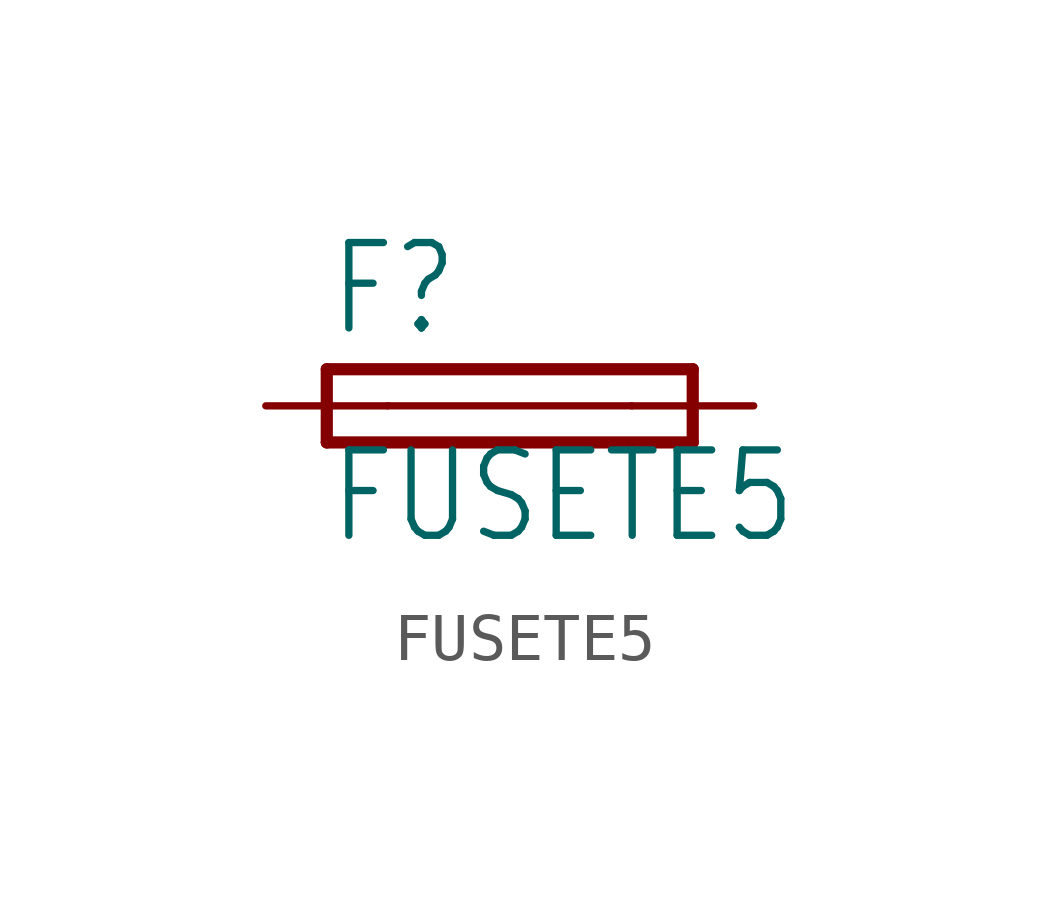
<source format=kicad_sym>
(kicad_symbol_lib
  (version 20200126)
  (host kicad_symbol_editor "5.99.0-unknown-aa7ce74~88~ubuntu18.04.1")
  (symbol "FUSETE5"
    (property "Reference" "F"
      (at -3.81 1.397 0)
      (effects (font (size 1.778 1.511)) (justify left bottom)))
    (property "Value" "FUSETE5"
      (at -3.81 -2.921 0)
      (effects (font (size 1.778 1.511)) (justify left bottom)))
    (property "ki_locked" ""
      (at 0 0 0)
      (effects (font (size 1.27 1.27))))
    (symbol "FUSETE5_1_0"
      (polyline (pts (xy -3.81 -0.762) (xy 3.81 -0.762)) (stroke (width 0.254)) (fill (type none)))
      (polyline (pts (xy 3.81 0.762) (xy -3.81 0.762)) (stroke (width 0.254)) (fill (type none)))
      (polyline (pts (xy 3.81 -0.762) (xy 3.81 0.762)) (stroke (width 0.254)) (fill (type none)))
      (polyline (pts (xy -3.81 0.762) (xy -3.81 -0.762)) (stroke (width 0.254)) (fill (type none)))
      (polyline (pts (xy -2.54 0) (xy 2.54 0)) (stroke (width 0.152)) (fill (type none)))
      (pin passive line (at 5.08 0 180) (length 2.54) (name "2" (effects (font (size 0 0)))) (number "2" (effects (font (size 0 0)))))
      (pin passive line (at -5.08 0 0) (length 2.54) (name "1" (effects (font (size 0 0)))) (number "1" (effects (font (size 0 0))))))))
</source>
